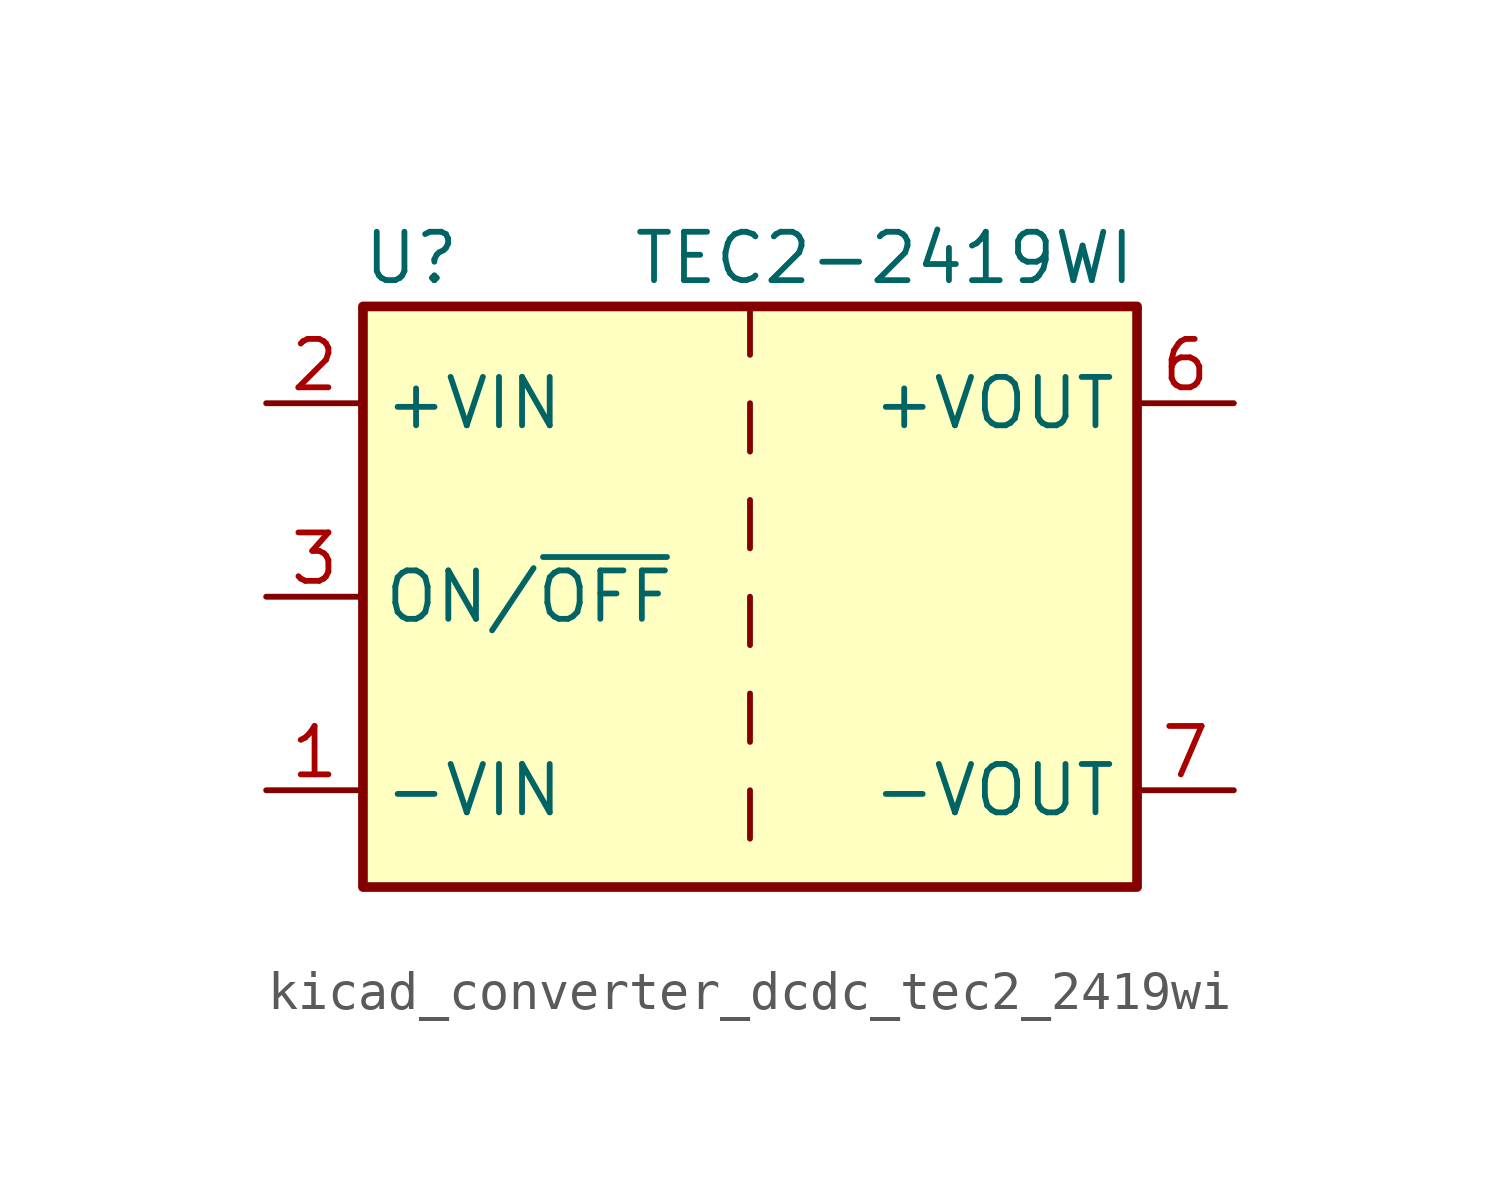
<source format=kicad_sym>
(kicad_symbol_lib
  (version 20220914)
  (generator kicad_symbol_editor)
  (symbol "kicad_converter_dcdc_tec2_2419wi"
    (property "Reference" "U"
      (at -8.89 8.89 0)
      (effects (font (size 1.27 1.27))))
    (property "Value" "TEC2-2419WI"
      (at 10.16 8.89 0)
      (effects (font (size 1.27 1.27)) (justify right)))
    (symbol "kicad_converter_dcdc_tec2_2419wi_0_1"
      (rectangle (start -10.16 7.62) (end 10.16 -7.62) (stroke (width 0.254) (type default)) (fill (type background)))
      (polyline (pts (xy 0 -5.08) (xy 0 -6.35)) (stroke (width 0) (type default)) (fill (type none)))
      (polyline (pts (xy 0 -2.54) (xy 0 -3.81)) (stroke (width 0) (type default)) (fill (type none)))
      (polyline (pts (xy 0 0) (xy 0 -1.27)) (stroke (width 0) (type default)) (fill (type none)))
      (polyline (pts (xy 0 2.54) (xy 0 1.27)) (stroke (width 0) (type default)) (fill (type none)))
      (polyline (pts (xy 0 5.08) (xy 0 3.81)) (stroke (width 0) (type default)) (fill (type none)))
      (polyline (pts (xy 0 7.62) (xy 0 6.35)) (stroke (width 0) (type default)) (fill (type none))))
    (symbol "kicad_converter_dcdc_tec2_2419wi_1_1"
      (pin power_in line (at -12.7 -5.08 0) (length 2.54) (name "-VIN" (effects (font (size 1.27 1.27)))) (number "1" (effects (font (size 1.27 1.27)))))
      (pin power_in line (at -12.7 5.08 0) (length 2.54) (name "+VIN" (effects (font (size 1.27 1.27)))) (number "2" (effects (font (size 1.27 1.27)))))
      (pin input line (at -12.7 0 0) (length 2.54) (name "ON/~{OFF}" (effects (font (size 1.27 1.27)))) (number "3" (effects (font (size 1.27 1.27)))))
      (pin no_connect line (at 10.16 2.54 180) (length 2.54) hide (name "NC" (effects (font (size 1.27 1.27)))) (number "5" (effects (font (size 1.27 1.27)))))
      (pin power_out line (at 12.7 5.08 180) (length 2.54) (name "+VOUT" (effects (font (size 1.27 1.27)))) (number "6" (effects (font (size 1.27 1.27)))))
      (pin power_out line (at 12.7 -5.08 180) (length 2.54) (name "-VOUT" (effects (font (size 1.27 1.27)))) (number "7" (effects (font (size 1.27 1.27)))))
      (pin no_connect line (at 10.16 0 180) (length 2.54) hide (name "NC" (effects (font (size 1.27 1.27)))) (number "8" (effects (font (size 1.27 1.27))))))))
</source>
